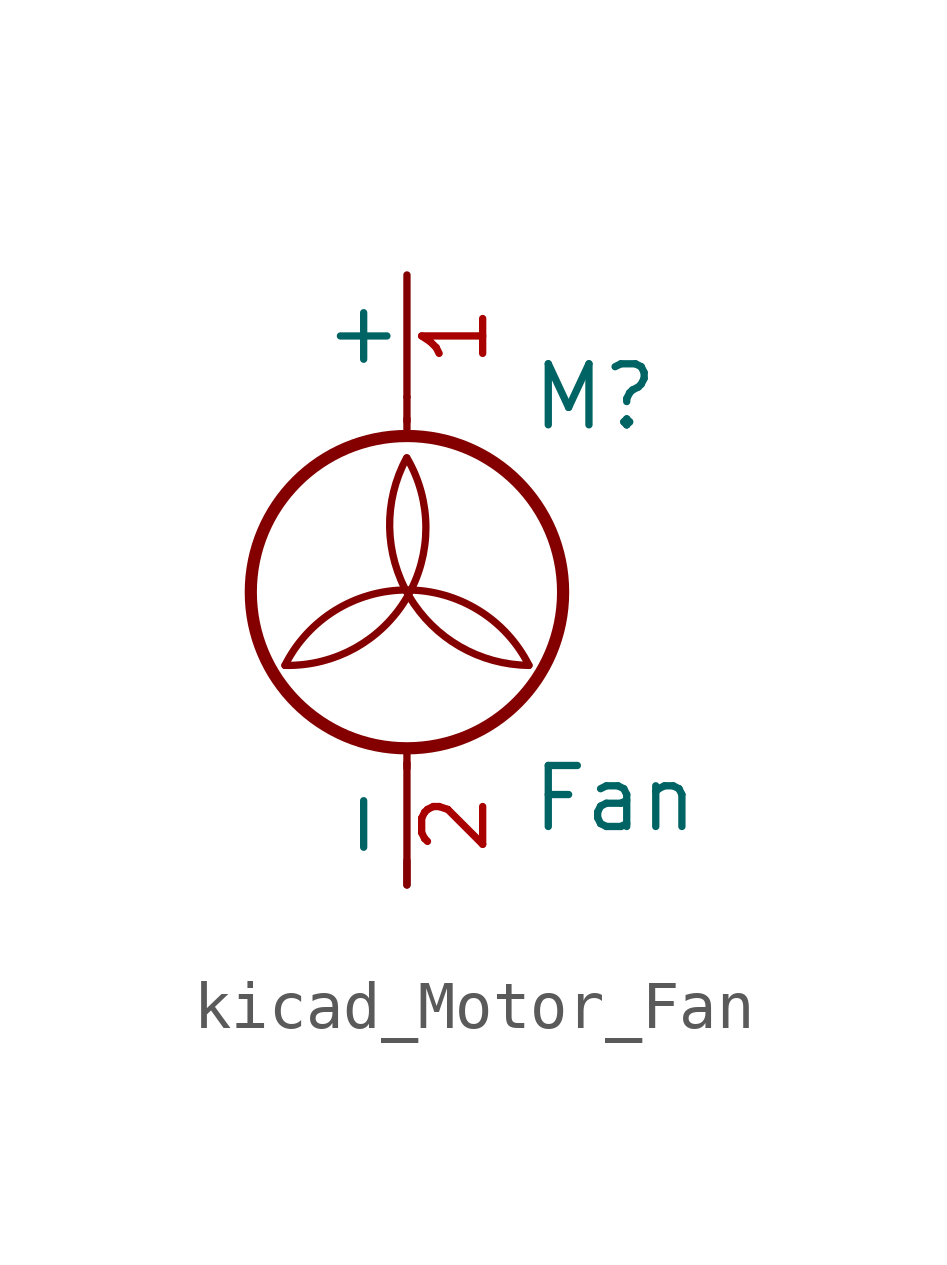
<source format=kicad_sym>
(kicad_symbol_lib
  (version 20220914)
  (generator kicad_symbol_editor)
  (symbol "kicad_Motor_Fan"
    (pin_names
      (offset 0))
    (property "Reference" "M"
      (at 2.54 5.08 0)
      (effects (font (size 1.27 1.27)) (justify left)))
    (property "Value" "Fan"
      (at 2.54 -2.54 0)
      (effects (font (size 1.27 1.27)) (justify left top)))
    (symbol "kicad_Motor_Fan_0_1"
      (arc (start -2.54 -0.508) (mid 0.0028 0.9121) (end 0 3.81) (stroke (width 0) (type default)) (fill (type none)))
      (polyline (pts (xy 0 -5.08) (xy 0 -4.572)) (stroke (width 0) (type default)) (fill (type none)))
      (polyline (pts (xy 0 -2.235) (xy 0 -2.642)) (stroke (width 0) (type default)) (fill (type none)))
      (polyline (pts (xy 0 4.267) (xy 0 4.623)) (stroke (width 0) (type default)) (fill (type none)))
      (polyline (pts (xy 0 4.572) (xy 0 5.08)) (stroke (width 0) (type default)) (fill (type none)))
      (circle (center 0 1.016) (radius 3.251) (stroke (width 0.254) (type default)) (fill (type none)))
      (arc (start 0 3.81) (mid 0.053 0.921) (end 2.54 -0.508) (stroke (width 0) (type default)) (fill (type none)))
      (arc (start 2.54 -0.508) (mid 0 1.0618) (end -2.54 -0.508) (stroke (width 0) (type default)) (fill (type none))))
    (symbol "kicad_Motor_Fan_1_1"
      (pin passive line (at 0 7.62 270) (length 2.54) (name "+" (effects (font (size 1.27 1.27)))) (number "1" (effects (font (size 1.27 1.27)))))
      (pin passive line (at 0 -5.08 90) (length 2.54) (name "-" (effects (font (size 1.27 1.27)))) (number "2" (effects (font (size 1.27 1.27))))))))
</source>
